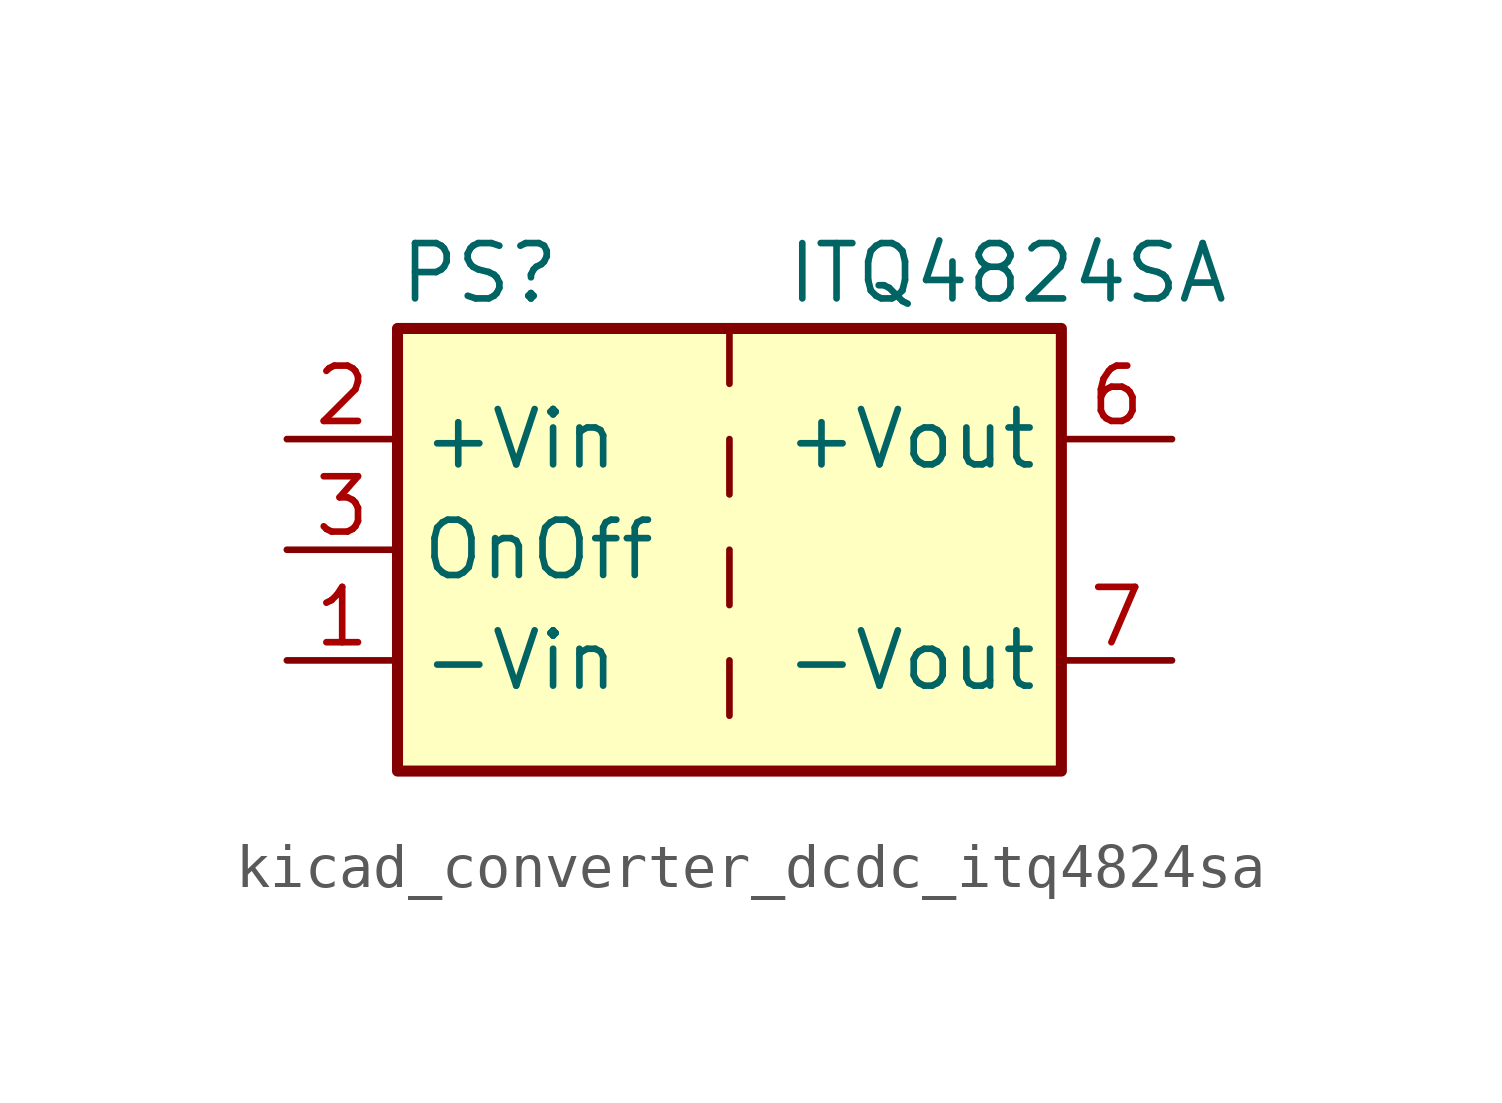
<source format=kicad_sym>
(kicad_symbol_lib
  (version 20220914)
  (generator kicad_symbol_editor)
  (symbol "kicad_converter_dcdc_itq4824sa"
    (property "Reference" "PS"
      (at -7.62 6.35 0)
      (effects (font (size 1.27 1.27)) (justify left)))
    (property "Value" "ITQ4824SA"
      (at 1.27 6.35 0)
      (effects (font (size 1.27 1.27)) (justify left)))
    (symbol "kicad_converter_dcdc_itq4824sa_0_0"
      (pin power_in line (at -10.16 -2.54 0) (length 2.54) (name "-Vin" (effects (font (size 1.27 1.27)))) (number "1" (effects (font (size 1.27 1.27)))))
      (pin power_in line (at -10.16 2.54 0) (length 2.54) (name "+Vin" (effects (font (size 1.27 1.27)))) (number "2" (effects (font (size 1.27 1.27)))))
      (pin input line (at -10.16 0 0) (length 2.54) (name "OnOff" (effects (font (size 1.27 1.27)))) (number "3" (effects (font (size 1.27 1.27)))))
      (pin no_connect line (at 0 5.08 270) (length 2.54) hide (name "NC" (effects (font (size 1.27 1.27)))) (number "5" (effects (font (size 1.27 1.27)))))
      (pin power_out line (at 10.16 2.54 180) (length 2.54) (name "+Vout" (effects (font (size 1.27 1.27)))) (number "6" (effects (font (size 1.27 1.27)))))
      (pin power_out line (at 10.16 -2.54 180) (length 2.54) (name "-Vout" (effects (font (size 1.27 1.27)))) (number "7" (effects (font (size 1.27 1.27)))))
      (pin no_connect line (at 7.62 0 180) (length 2.54) hide (name "NC" (effects (font (size 1.27 1.27)))) (number "8" (effects (font (size 1.27 1.27))))))
    (symbol "kicad_converter_dcdc_itq4824sa_0_1"
      (rectangle (start -7.62 5.08) (end 7.62 -5.08) (stroke (width 0.254) (type default)) (fill (type background)))
      (polyline (pts (xy 0 -2.54) (xy 0 -3.81)) (stroke (width 0) (type default)) (fill (type none)))
      (polyline (pts (xy 0 0) (xy 0 -1.27)) (stroke (width 0) (type default)) (fill (type none)))
      (polyline (pts (xy 0 2.54) (xy 0 1.27)) (stroke (width 0) (type default)) (fill (type none)))
      (polyline (pts (xy 0 5.08) (xy 0 3.81)) (stroke (width 0) (type default)) (fill (type none))))))
</source>
